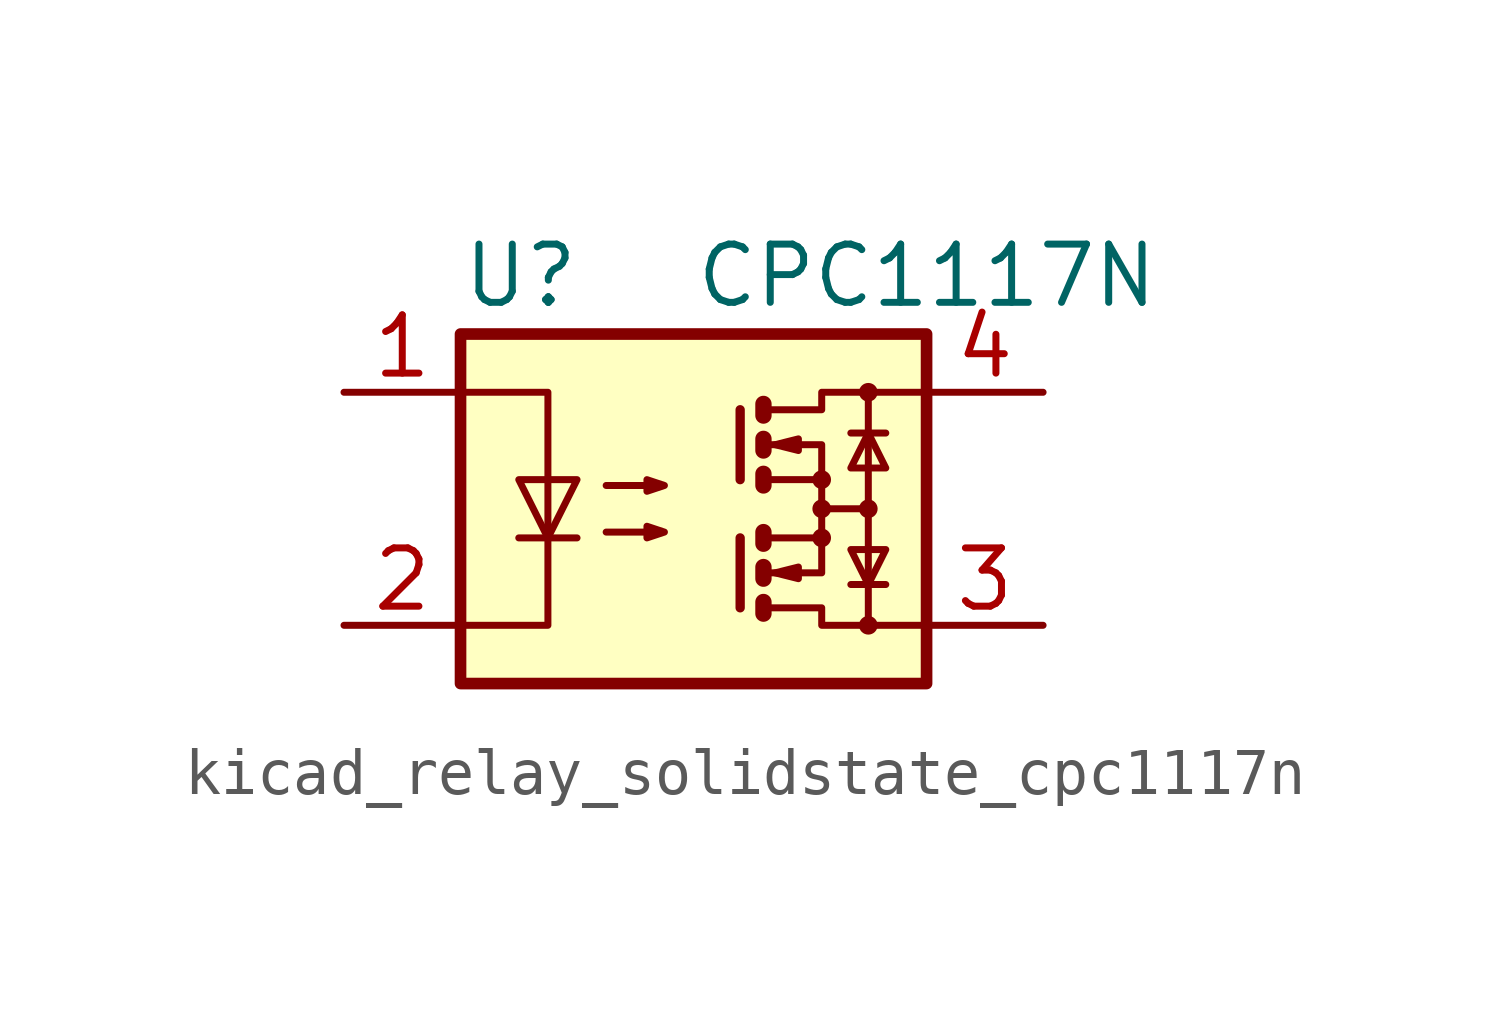
<source format=kicad_sym>
(kicad_symbol_lib
  (version 20220914)
  (generator kicad_symbol_editor)
  (symbol "kicad_relay_solidstate_cpc1117n"
    (property "Reference" "U"
      (at -5.08 5.08 0)
      (effects (font (size 1.27 1.27)) (justify left)))
    (property "Value" "CPC1117N"
      (at 0 5.08 0)
      (effects (font (size 1.27 1.27)) (justify left)))
    (symbol "kicad_relay_solidstate_cpc1117n_0_1"
      (rectangle (start -5.08 3.81) (end 5.08 -3.81) (stroke (width 0.254) (type default)) (fill (type background)))
      (polyline (pts (xy -3.81 -0.635) (xy -2.54 -0.635)) (stroke (width 0) (type default)) (fill (type none)))
      (polyline (pts (xy 1.016 -0.635) (xy 1.016 -2.159)) (stroke (width 0.203) (type default)) (fill (type none)))
      (polyline (pts (xy 1.016 2.159) (xy 1.016 0.635)) (stroke (width 0.203) (type default)) (fill (type none)))
      (polyline (pts (xy 1.524 -0.508) (xy 1.524 -0.762)) (stroke (width 0.356) (type default)) (fill (type none)))
      (polyline (pts (xy 2.794 0) (xy 3.81 0)) (stroke (width 0) (type default)) (fill (type none)))
      (polyline (pts (xy 3.429 -1.651) (xy 4.191 -1.651)) (stroke (width 0) (type default)) (fill (type none)))
      (polyline (pts (xy 3.429 1.651) (xy 4.191 1.651)) (stroke (width 0) (type default)) (fill (type none)))
      (polyline (pts (xy 3.81 -2.54) (xy 3.81 2.54)) (stroke (width 0) (type default)) (fill (type none)))
      (polyline (pts (xy 1.524 -2.032) (xy 1.524 -2.286) (xy 1.524 -2.286)) (stroke (width 0.356) (type default)) (fill (type none)))
      (polyline (pts (xy 1.524 -1.27) (xy 1.524 -1.524) (xy 1.524 -1.524)) (stroke (width 0.356) (type default)) (fill (type none)))
      (polyline (pts (xy 1.524 0.762) (xy 1.524 0.508) (xy 1.524 0.508)) (stroke (width 0.356) (type default)) (fill (type none)))
      (polyline (pts (xy 1.524 1.524) (xy 1.524 1.27) (xy 1.524 1.27)) (stroke (width 0.356) (type default)) (fill (type none)))
      (polyline (pts (xy 1.524 2.286) (xy 1.524 2.032) (xy 1.524 2.032)) (stroke (width 0.356) (type default)) (fill (type none)))
      (polyline (pts (xy 1.651 -1.397) (xy 2.794 -1.397) (xy 2.794 -0.635)) (stroke (width 0) (type default)) (fill (type none)))
      (polyline (pts (xy 1.651 1.397) (xy 2.794 1.397) (xy 2.794 0.635)) (stroke (width 0) (type default)) (fill (type none)))
      (polyline (pts (xy -5.08 2.54) (xy -3.175 2.54) (xy -3.175 -2.54) (xy -5.08 -2.54)) (stroke (width 0) (type default)) (fill (type none)))
      (polyline (pts (xy -3.175 -0.635) (xy -3.81 0.635) (xy -2.54 0.635) (xy -3.175 -0.635)) (stroke (width 0) (type default)) (fill (type none)))
      (polyline (pts (xy 1.651 -2.159) (xy 2.794 -2.159) (xy 2.794 -2.54) (xy 5.08 -2.54)) (stroke (width 0) (type default)) (fill (type none)))
      (polyline (pts (xy 1.651 -0.635) (xy 2.794 -0.635) (xy 2.794 0.635) (xy 1.651 0.635)) (stroke (width 0) (type default)) (fill (type none)))
      (polyline (pts (xy 1.651 2.159) (xy 2.794 2.159) (xy 2.794 2.54) (xy 5.08 2.54)) (stroke (width 0) (type default)) (fill (type none)))
      (polyline (pts (xy 1.778 -1.397) (xy 2.286 -1.27) (xy 2.286 -1.524) (xy 1.778 -1.397)) (stroke (width 0) (type default)) (fill (type none)))
      (polyline (pts (xy 1.778 1.397) (xy 2.286 1.524) (xy 2.286 1.27) (xy 1.778 1.397)) (stroke (width 0) (type default)) (fill (type none)))
      (polyline (pts (xy 3.81 -1.651) (xy 3.429 -0.889) (xy 4.191 -0.889) (xy 3.81 -1.651)) (stroke (width 0) (type default)) (fill (type none)))
      (polyline (pts (xy 3.81 1.651) (xy 3.429 0.889) (xy 4.191 0.889) (xy 3.81 1.651)) (stroke (width 0) (type default)) (fill (type none)))
      (polyline (pts (xy -1.905 -0.508) (xy -0.635 -0.508) (xy -1.016 -0.635) (xy -1.016 -0.381) (xy -0.635 -0.508)) (stroke (width 0) (type default)) (fill (type none)))
      (polyline (pts (xy -1.905 0.508) (xy -0.635 0.508) (xy -1.016 0.381) (xy -1.016 0.635) (xy -0.635 0.508)) (stroke (width 0) (type default)) (fill (type none)))
      (circle (center 2.794 -0.635) (radius 0.127) (stroke (width 0) (type default)) (fill (type none)))
      (circle (center 2.794 0) (radius 0.127) (stroke (width 0) (type default)) (fill (type none)))
      (circle (center 2.794 0.635) (radius 0.127) (stroke (width 0) (type default)) (fill (type none)))
      (circle (center 3.81 -2.54) (radius 0.127) (stroke (width 0) (type default)) (fill (type none)))
      (circle (center 3.81 0) (radius 0.127) (stroke (width 0) (type default)) (fill (type none)))
      (circle (center 3.81 2.54) (radius 0.127) (stroke (width 0) (type default)) (fill (type none))))
    (symbol "kicad_relay_solidstate_cpc1117n_1_1"
      (pin passive line (at -7.62 2.54 0) (length 2.54) (name "~" (effects (font (size 1.27 1.27)))) (number "1" (effects (font (size 1.27 1.27)))))
      (pin passive line (at -7.62 -2.54 0) (length 2.54) (name "~" (effects (font (size 1.27 1.27)))) (number "2" (effects (font (size 1.27 1.27)))))
      (pin passive line (at 7.62 -2.54 180) (length 2.54) (name "~" (effects (font (size 1.27 1.27)))) (number "3" (effects (font (size 1.27 1.27)))))
      (pin passive line (at 7.62 2.54 180) (length 2.54) (name "~" (effects (font (size 1.27 1.27)))) (number "4" (effects (font (size 1.27 1.27))))))))
</source>
